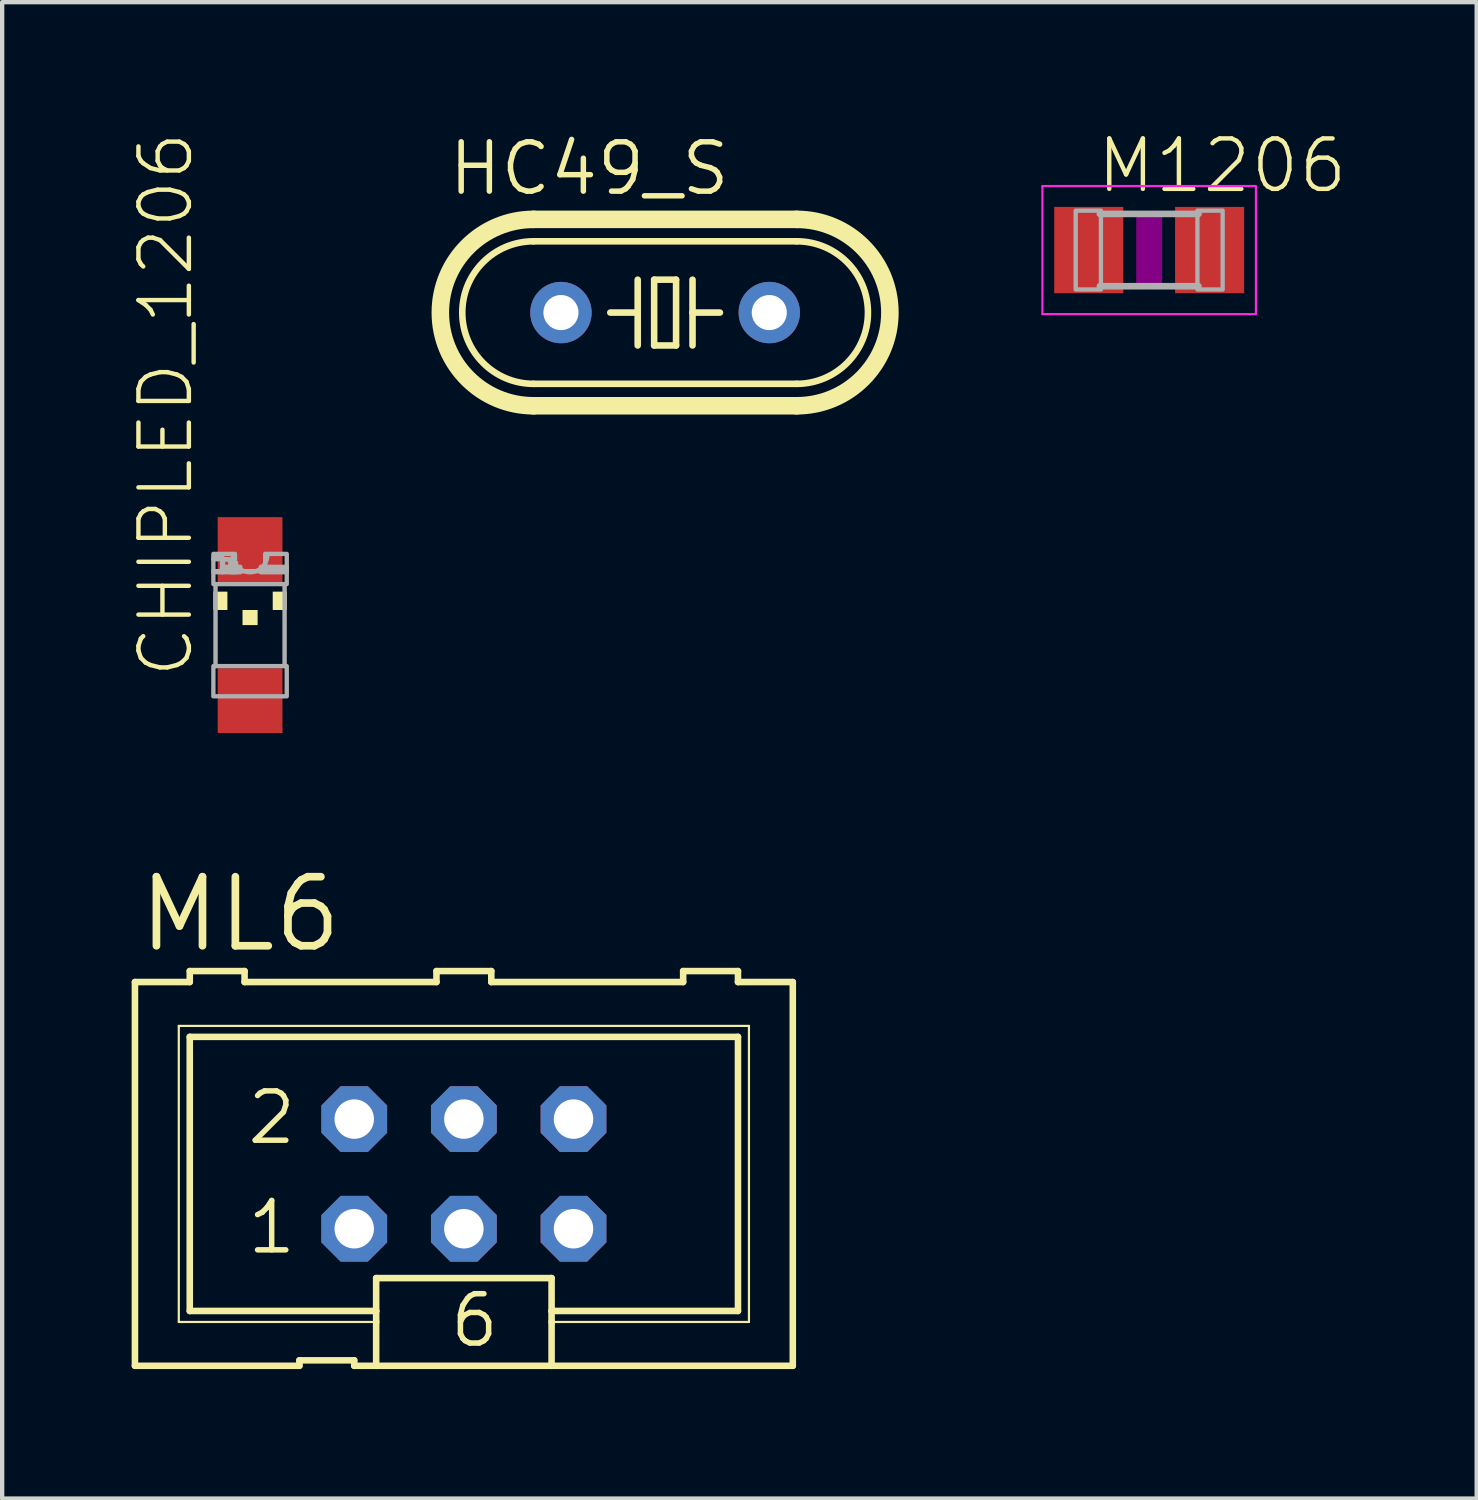
<source format=kicad_pcb>
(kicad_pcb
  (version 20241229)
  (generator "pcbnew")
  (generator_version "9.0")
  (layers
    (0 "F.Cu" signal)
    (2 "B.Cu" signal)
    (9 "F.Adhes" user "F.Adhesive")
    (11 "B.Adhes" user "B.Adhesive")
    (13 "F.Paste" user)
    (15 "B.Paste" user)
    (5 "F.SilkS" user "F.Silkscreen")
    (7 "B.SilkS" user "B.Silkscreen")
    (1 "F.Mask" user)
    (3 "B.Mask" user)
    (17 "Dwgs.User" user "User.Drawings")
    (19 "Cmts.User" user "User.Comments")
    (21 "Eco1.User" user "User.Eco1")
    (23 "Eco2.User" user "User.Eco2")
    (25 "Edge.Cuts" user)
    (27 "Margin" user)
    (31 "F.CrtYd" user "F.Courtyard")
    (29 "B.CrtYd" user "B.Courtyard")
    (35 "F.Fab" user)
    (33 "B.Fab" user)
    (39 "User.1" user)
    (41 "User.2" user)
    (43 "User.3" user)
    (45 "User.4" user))
  (footprint "ML6"
    (layer "F.Cu")
    (at 7.696 24.145)
    (property "Reference" "ML6" (at -7.62 -5.08 0) (layer "F.SilkS") (effects (font (size 1.6 1.6) (thickness 0.178)) (justify left bottom)))
    (fp_line (start -7.62 -4.445) (end -7.62 4.445) (stroke (width 0.152) (type solid)) (layer "F.SilkS"))
    (fp_line (start -7.62 -4.445) (end -6.35 -4.445) (stroke (width 0.152) (type solid)) (layer "F.SilkS"))
    (fp_line (start -6.604 -3.429) (end -6.604 3.429) (stroke (width 0.051) (type solid)) (layer "F.SilkS"))
    (fp_line (start -6.604 3.429) (end -2.032 3.429) (stroke (width 0.051) (type solid)) (layer "F.SilkS"))
    (fp_line (start -6.35 -4.699) (end -6.35 -4.445) (stroke (width 0.152) (type solid)) (layer "F.SilkS"))
    (fp_line (start -6.35 -3.175) (end -6.35 3.175) (stroke (width 0.152) (type solid)) (layer "F.SilkS"))
    (fp_line (start -6.35 -3.175) (end 6.35 -3.175) (stroke (width 0.152) (type solid)) (layer "F.SilkS"))
    (fp_line (start -5.08 -4.699) (end -6.35 -4.699) (stroke (width 0.152) (type solid)) (layer "F.SilkS"))
    (fp_line (start -5.08 -4.699) (end -5.08 -4.445) (stroke (width 0.152) (type solid)) (layer "F.SilkS"))
    (fp_line (start -5.08 -4.445) (end -0.635 -4.445) (stroke (width 0.152) (type solid)) (layer "F.SilkS"))
    (fp_line (start -3.81 4.445) (end -7.62 4.445) (stroke (width 0.152) (type solid)) (layer "F.SilkS"))
    (fp_line (start -3.81 4.445) (end -3.81 4.318) (stroke (width 0.152) (type solid)) (layer "F.SilkS"))
    (fp_line (start -2.54 4.318) (end -3.81 4.318) (stroke (width 0.152) (type solid)) (layer "F.SilkS"))
    (fp_line (start -2.54 4.318) (end -2.54 4.445) (stroke (width 0.152) (type solid)) (layer "F.SilkS"))
    (fp_line (start -2.032 3.175) (end -6.35 3.175) (stroke (width 0.152) (type solid)) (layer "F.SilkS"))
    (fp_line (start -2.032 3.175) (end -2.032 2.413) (stroke (width 0.152) (type solid)) (layer "F.SilkS"))
    (fp_line (start -2.032 3.175) (end -2.032 3.429) (stroke (width 0.152) (type solid)) (layer "F.SilkS"))
    (fp_line (start -2.032 3.429) (end -2.032 4.445) (stroke (width 0.152) (type solid)) (layer "F.SilkS"))
    (fp_line (start -2.032 4.445) (end -2.54 4.445) (stroke (width 0.152) (type solid)) (layer "F.SilkS"))
    (fp_line (start -0.635 -4.699) (end -0.635 -4.445) (stroke (width 0.152) (type solid)) (layer "F.SilkS"))
    (fp_line (start 0.635 -4.699) (end -0.635 -4.699) (stroke (width 0.152) (type solid)) (layer "F.SilkS"))
    (fp_line (start 0.635 -4.699) (end 0.635 -4.445) (stroke (width 0.152) (type solid)) (layer "F.SilkS"))
    (fp_line (start 0.635 -4.445) (end 5.08 -4.445) (stroke (width 0.152) (type solid)) (layer "F.SilkS"))
    (fp_line (start 2.032 2.413) (end -2.032 2.413) (stroke (width 0.152) (type solid)) (layer "F.SilkS"))
    (fp_line (start 2.032 2.413) (end 2.032 3.175) (stroke (width 0.152) (type solid)) (layer "F.SilkS"))
    (fp_line (start 2.032 3.175) (end 2.032 3.429) (stroke (width 0.152) (type solid)) (layer "F.SilkS"))
    (fp_line (start 2.032 3.429) (end 2.032 4.445) (stroke (width 0.152) (type solid)) (layer "F.SilkS"))
    (fp_line (start 2.032 3.429) (end 6.604 3.429) (stroke (width 0.051) (type solid)) (layer "F.SilkS"))
    (fp_line (start 2.032 4.445) (end -2.032 4.445) (stroke (width 0.152) (type solid)) (layer "F.SilkS"))
    (fp_line (start 5.08 -4.445) (end 5.08 -4.699) (stroke (width 0.152) (type solid)) (layer "F.SilkS"))
    (fp_line (start 6.35 -4.699) (end 5.08 -4.699) (stroke (width 0.152) (type solid)) (layer "F.SilkS"))
    (fp_line (start 6.35 -4.445) (end 6.35 -4.699) (stroke (width 0.152) (type solid)) (layer "F.SilkS"))
    (fp_line (start 6.35 -4.445) (end 7.62 -4.445) (stroke (width 0.152) (type solid)) (layer "F.SilkS"))
    (fp_line (start 6.35 3.175) (end 2.032 3.175) (stroke (width 0.152) (type solid)) (layer "F.SilkS"))
    (fp_line (start 6.35 3.175) (end 6.35 -3.175) (stroke (width 0.152) (type solid)) (layer "F.SilkS"))
    (fp_line (start 6.604 -3.429) (end -6.604 -3.429) (stroke (width 0.051) (type solid)) (layer "F.SilkS"))
    (fp_line (start 6.604 3.429) (end 6.604 -3.429) (stroke (width 0.051) (type solid)) (layer "F.SilkS"))
    (fp_line (start 7.62 4.445) (end 2.032 4.445) (stroke (width 0.152) (type solid)) (layer "F.SilkS"))
    (fp_line (start 7.62 4.445) (end 7.62 -4.445) (stroke (width 0.152) (type solid)) (layer "F.SilkS"))
    (fp_poly (pts (xy -2.794 -1.016) (xy -2.286 -1.016) (xy -2.286 -1.524) (xy -2.794 -1.524)) (stroke (width 0.1) (type default)) (fill no) (layer "F.Fab"))
    (fp_poly (pts (xy -2.794 1.524) (xy -2.286 1.524) (xy -2.286 1.016) (xy -2.794 1.016)) (stroke (width 0.1) (type default)) (fill no) (layer "F.Fab"))
    (fp_poly (pts (xy -0.254 -1.016) (xy 0.254 -1.016) (xy 0.254 -1.524) (xy -0.254 -1.524)) (stroke (width 0.1) (type default)) (fill no) (layer "F.Fab"))
    (fp_poly (pts (xy -0.254 1.524) (xy 0.254 1.524) (xy 0.254 1.016) (xy -0.254 1.016)) (stroke (width 0.1) (type default)) (fill no) (layer "F.Fab"))
    (fp_poly (pts (xy 2.286 -1.016) (xy 2.794 -1.016) (xy 2.794 -1.524) (xy 2.286 -1.524)) (stroke (width 0.1) (type default)) (fill no) (layer "F.Fab"))
    (fp_poly (pts (xy 2.286 1.524) (xy 2.794 1.524) (xy 2.794 1.016) (xy 2.286 1.016)) (stroke (width 0.1) (type default)) (fill no) (layer "F.Fab"))
    (fp_text user "2" (at -5.08 -0.635 0) (layer "F.SilkS") (effects (font (size 1.143 1.143) (thickness 0.127)) (justify left bottom)))
    (fp_text user "6" (at -0.381 4.064 0) (layer "F.SilkS") (effects (font (size 1.143 1.143) (thickness 0.127)) (justify left bottom)))
    (fp_text user "1" (at -5.08 1.905 0) (layer "F.SilkS") (effects (font (size 1.143 1.143) (thickness 0.127)) (justify left bottom)))
    (pad "1" thru_hole roundrect (at -2.54 1.27) (size 1.524 1.524) (drill 0.914) (layers "*.Cu" "*.Mask") (roundrect_rratio 0.25) (chamfer_ratio 0.293) (chamfer top_left top_right bottom_left bottom_right))
    (pad "2" thru_hole roundrect (at -2.54 -1.27) (size 1.524 1.524) (drill 0.914) (layers "*.Cu" "*.Mask") (roundrect_rratio 0.25) (chamfer_ratio 0.293) (chamfer top_left top_right bottom_left bottom_right))
    (pad "3" thru_hole roundrect (at 0 1.27) (size 1.524 1.524) (drill 0.914) (layers "*.Cu" "*.Mask") (roundrect_rratio 0.25) (chamfer_ratio 0.293) (chamfer top_left top_right bottom_left bottom_right))
    (pad "4" thru_hole roundrect (at 0 -1.27) (size 1.524 1.524) (drill 0.914) (layers "*.Cu" "*.Mask") (roundrect_rratio 0.25) (chamfer_ratio 0.293) (chamfer top_left top_right bottom_left bottom_right))
    (pad "5" thru_hole roundrect (at 2.54 1.27) (size 1.524 1.524) (drill 0.914) (layers "*.Cu" "*.Mask") (roundrect_rratio 0.25) (chamfer_ratio 0.293) (chamfer top_left top_right bottom_left bottom_right))
    (pad "6" thru_hole roundrect (at 2.54 -1.27) (size 1.524 1.524) (drill 0.914) (layers "*.Cu" "*.Mask") (roundrect_rratio 0.25) (chamfer_ratio 0.293) (chamfer top_left top_right bottom_left bottom_right)))
  (footprint "HC49_S"
    (layer "F.Cu")
    (at 12.358 4.191)
    (property "Reference" "HC49_S" (at -5.08 -2.667 0) (layer "F.SilkS") (effects (font (size 1.143 1.143) (thickness 0.127)) (justify left bottom)))
    (fp_line (start -3.048 -2.159) (end 3.048 -2.159) (stroke (width 0.406) (type solid)) (layer "F.SilkS"))
    (fp_line (start -3.048 1.651) (end 3.048 1.651) (stroke (width 0.152) (type solid)) (layer "F.SilkS"))
    (fp_line (start -3.048 2.159) (end 3.048 2.159) (stroke (width 0.406) (type solid)) (layer "F.SilkS"))
    (fp_line (start -0.635 -0.762) (end -0.635 0) (stroke (width 0.152) (type solid)) (layer "F.SilkS"))
    (fp_line (start -0.635 0) (end -1.27 0) (stroke (width 0.152) (type solid)) (layer "F.SilkS"))
    (fp_line (start -0.635 0) (end -0.635 0.762) (stroke (width 0.152) (type solid)) (layer "F.SilkS"))
    (fp_line (start -0.254 -0.762) (end 0.254 -0.762) (stroke (width 0.152) (type solid)) (layer "F.SilkS"))
    (fp_line (start -0.254 0.762) (end -0.254 -0.762) (stroke (width 0.152) (type solid)) (layer "F.SilkS"))
    (fp_line (start 0.254 -0.762) (end 0.254 0.762) (stroke (width 0.152) (type solid)) (layer "F.SilkS"))
    (fp_line (start 0.254 0.762) (end -0.254 0.762) (stroke (width 0.152) (type solid)) (layer "F.SilkS"))
    (fp_line (start 0.635 -0.762) (end 0.635 0) (stroke (width 0.152) (type solid)) (layer "F.SilkS"))
    (fp_line (start 0.635 0) (end 0.635 0.762) (stroke (width 0.152) (type solid)) (layer "F.SilkS"))
    (fp_line (start 0.635 0) (end 1.27 0) (stroke (width 0.152) (type solid)) (layer "F.SilkS"))
    (fp_line (start 3.048 -1.651) (end -3.048 -1.651) (stroke (width 0.152) (type solid)) (layer "F.SilkS"))
    (fp_arc (start -3.048 1.651) (mid -4.699 0) (end -3.048 -1.651) (stroke (width 0.1524) (type solid)) (layer "F.SilkS"))
    (fp_arc (start -3.048 2.159) (mid -5.207 0) (end -3.048 -2.159) (stroke (width 0.4064) (type solid)) (layer "F.SilkS"))
    (fp_arc (start 3.048 -2.159) (mid 5.207 0) (end 3.048 2.159) (stroke (width 0.4064) (type solid)) (layer "F.SilkS"))
    (fp_arc (start 3.048 -1.651) (mid 4.699 0) (end 3.048 1.651) (stroke (width 0.1524) (type solid)) (layer "F.SilkS"))
    (pad "1" thru_hole circle (at -2.413 0) (size 1.422 1.422) (drill 0.813) (layers "*.Cu" "*.Mask"))
    (pad "2" thru_hole circle (at 2.413 0) (size 1.422 1.422) (drill 0.813) (layers "*.Cu" "*.Mask"))
    (zone (net_name "") (layers "F.Cu" "B.Cu") (hatch edge 0.5) (connect_pads) (min_thickness 0.25) (filled_areas_thickness no) (keepout (tracks allowed) (vias not_allowed) (pads allowed) (copperpour allowed) (footprints allowed)) (placement (enabled no)) (fill) (polygon (pts (xy 6.643 5.461) (xy 7.278 5.461) (xy 7.278 2.921) (xy 6.643 2.921))))
    (zone (net_name "") (layers "F.Cu" "B.Cu") (hatch edge 0.5) (connect_pads) (min_thickness 0.25) (filled_areas_thickness no) (keepout (tracks allowed) (vias not_allowed) (pads allowed) (copperpour allowed) (footprints allowed)) (placement (enabled no)) (fill) (polygon (pts (xy 7.278 6.096) (xy 7.913 6.096) (xy 7.913 2.286) (xy 7.278 2.286))))
    (zone (net_name "") (layers "F.Cu" "B.Cu") (hatch edge 0.5) (connect_pads) (min_thickness 0.25) (filled_areas_thickness no) (keepout (tracks allowed) (vias not_allowed) (pads allowed) (copperpour allowed) (footprints allowed)) (placement (enabled no)) (fill) (polygon (pts (xy 7.913 6.731) (xy 16.803 6.731) (xy 16.803 1.651) (xy 7.913 1.651))))
    (zone (net_name "") (layers "F.Cu" "B.Cu") (hatch edge 0.5) (connect_pads) (min_thickness 0.25) (filled_areas_thickness no) (keepout (tracks allowed) (vias not_allowed) (pads allowed) (copperpour allowed) (footprints allowed)) (placement (enabled no)) (fill) (polygon (pts (xy 16.803 6.096) (xy 17.438 6.096) (xy 17.438 2.286) (xy 16.803 2.286))))
    (zone (net_name "") (layers "F.Cu" "B.Cu") (hatch edge 0.5) (connect_pads) (min_thickness 0.25) (filled_areas_thickness no) (keepout (tracks allowed) (vias not_allowed) (pads allowed) (copperpour allowed) (footprints allowed)) (placement (enabled no)) (fill) (polygon (pts (xy 17.438 5.461) (xy 18.073 5.461) (xy 18.073 2.921) (xy 17.438 2.921)))))
  (footprint "M1206"
    (layer "F.Cu")
    (at 23.572 2.743)
    (property "Reference" "M1206" (at -1.27 -1.27 0) (layer "F.SilkS") (effects (font (size 1.168 1.168) (thickness 0.102)) (justify left bottom)))
    (fp_poly (pts (xy -0.3 0.8) (xy 0.3 0.8) (xy 0.3 -0.8) (xy -0.3 -0.8)) (stroke (width 0) (type default)) (fill yes) (layer "F.Adhes"))
    (fp_line (start -2.473 -1.483) (end 2.473 -1.483) (stroke (width 0.051) (type solid)) (layer "F.CrtYd"))
    (fp_line (start -2.473 1.483) (end -2.473 -1.483) (stroke (width 0.051) (type solid)) (layer "F.CrtYd"))
    (fp_line (start 2.473 -1.483) (end 2.473 1.483) (stroke (width 0.051) (type solid)) (layer "F.CrtYd"))
    (fp_line (start 2.473 1.483) (end -2.473 1.483) (stroke (width 0.051) (type solid)) (layer "F.CrtYd"))
    (fp_line (start 1.143 -0.838) (end -1.143 -0.838) (stroke (width 0.152) (type solid)) (layer "F.Fab"))
    (fp_line (start 1.143 0.838) (end -1.143 0.838) (stroke (width 0.152) (type solid)) (layer "F.Fab"))
    (fp_poly (pts (xy -1.702 0.914) (xy -1.118 0.914) (xy -1.118 -0.914) (xy -1.702 -0.914)) (stroke (width 0.1) (type default)) (fill no) (layer "F.Fab"))
    (fp_poly (pts (xy 1.118 0.914) (xy 1.702 0.914) (xy 1.702 -0.914) (xy 1.118 -0.914)) (stroke (width 0.1) (type default)) (fill no) (layer "F.Fab"))
    (pad "1" smd rect (at -1.4 0) (size 1.6 2) (layers "F.Cu" "F.Mask" "F.Paste"))
    (pad "2" smd rect (at 1.4 0) (size 1.6 2) (layers "F.Cu" "F.Mask" "F.Paste")))
  (footprint "CHIPLED_1206"
    (layer "F.Cu")
    (at 2.743 11.431)
    (property "Reference" "CHIPLED_1206" (at -1.27 1.27 90) (layer "F.SilkS") (effects (font (size 1.168 1.168) (thickness 0.102)) (justify left bottom)))
    (fp_poly (pts (xy -0.85 -0.35) (xy -0.525 -0.35) (xy -0.525 -0.775) (xy -0.85 -0.775)) (stroke (width 0) (type default)) (fill yes) (layer "F.SilkS"))
    (fp_poly (pts (xy -0.175 0) (xy 0.175 0) (xy 0.175 -0.35) (xy -0.175 -0.35)) (stroke (width 0) (type default)) (fill yes) (layer "F.SilkS"))
    (fp_poly (pts (xy 0.525 -0.35) (xy 0.85 -0.35) (xy 0.85 -0.775) (xy 0.525 -0.775)) (stroke (width 0) (type default)) (fill yes) (layer "F.SilkS"))
    (fp_line (start -0.8 0.95) (end -0.8 -0.95) (stroke (width 0.102) (type solid)) (layer "F.Fab"))
    (fp_line (start 0.8 -0.95) (end 0.8 0.95) (stroke (width 0.102) (type solid)) (layer "F.Fab"))
    (fp_arc (start 0.4 -1.599998) (mid -0.000001 -1.224968) (end -0.4 -1.6) (stroke (width 0.1016) (type solid)) (layer "F.Fab"))
    (fp_circle (center -0.55 -1.425) (end -0.45 -1.425) (stroke (width 0.102) (type solid)) (fill no) (layer "F.Fab"))
    (fp_poly (pts (xy -0.85 -1.525) (xy -0.35 -1.525) (xy -0.35 -1.65) (xy -0.85 -1.65)) (stroke (width 0.1) (type default)) (fill no) (layer "F.Fab"))
    (fp_poly (pts (xy -0.85 -1.225) (xy -0.625 -1.225) (xy -0.625 -1.55) (xy -0.85 -1.55)) (stroke (width 0.1) (type default)) (fill no) (layer "F.Fab"))
    (fp_poly (pts (xy -0.85 -0.95) (xy 0.85 -0.95) (xy 0.85 -1.25) (xy -0.85 -1.25)) (stroke (width 0.1) (type default)) (fill no) (layer "F.Fab"))
    (fp_poly (pts (xy -0.85 1.65) (xy 0.85 1.65) (xy 0.85 0.95) (xy -0.85 0.95)) (stroke (width 0.1) (type default)) (fill no) (layer "F.Fab"))
    (fp_poly (pts (xy -0.65 -1.225) (xy -0.225 -1.225) (xy -0.225 -1.35) (xy -0.65 -1.35)) (stroke (width 0.1) (type default)) (fill no) (layer "F.Fab"))
    (fp_poly (pts (xy -0.45 -1.225) (xy -0.325 -1.225) (xy -0.325 -1.45) (xy -0.45 -1.45)) (stroke (width 0.1) (type default)) (fill no) (layer "F.Fab"))
    (fp_poly (pts (xy 0.25 -1.225) (xy 0.85 -1.225) (xy 0.85 -1.35) (xy 0.25 -1.35)) (stroke (width 0.1) (type default)) (fill no) (layer "F.Fab"))
    (fp_poly (pts (xy 0.35 -1.3) (xy 0.85 -1.3) (xy 0.85 -1.65) (xy 0.35 -1.65)) (stroke (width 0.1) (type default)) (fill no) (layer "F.Fab"))
    (pad "A" smd rect (at 0 1.75) (size 1.5 1.5) (layers "F.Cu" "F.Mask" "F.Paste"))
    (pad "C" smd rect (at 0 -1.75) (size 1.5 1.5) (layers "F.Cu" "F.Mask" "F.Paste")))
  (gr_rect
    (start -3 -3)
    (end 31.159 31.666)
    (stroke (width 0.1) (type default))
    (fill no)
    (layer "Edge.Cuts")))
</source>
